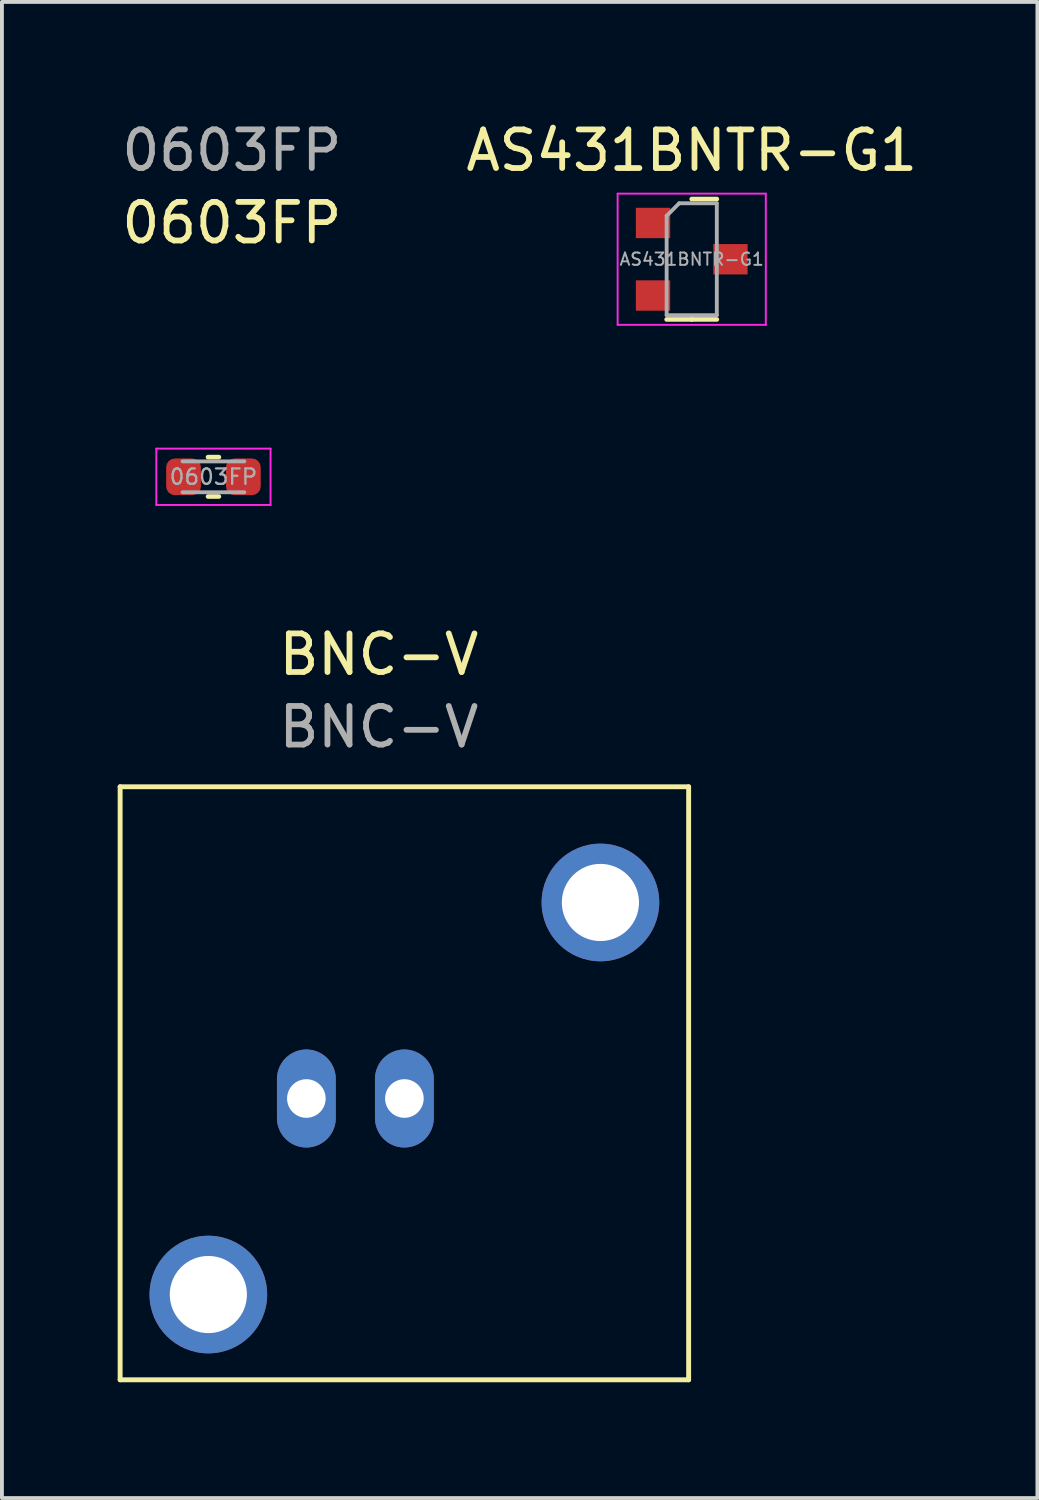
<source format=kicad_pcb>
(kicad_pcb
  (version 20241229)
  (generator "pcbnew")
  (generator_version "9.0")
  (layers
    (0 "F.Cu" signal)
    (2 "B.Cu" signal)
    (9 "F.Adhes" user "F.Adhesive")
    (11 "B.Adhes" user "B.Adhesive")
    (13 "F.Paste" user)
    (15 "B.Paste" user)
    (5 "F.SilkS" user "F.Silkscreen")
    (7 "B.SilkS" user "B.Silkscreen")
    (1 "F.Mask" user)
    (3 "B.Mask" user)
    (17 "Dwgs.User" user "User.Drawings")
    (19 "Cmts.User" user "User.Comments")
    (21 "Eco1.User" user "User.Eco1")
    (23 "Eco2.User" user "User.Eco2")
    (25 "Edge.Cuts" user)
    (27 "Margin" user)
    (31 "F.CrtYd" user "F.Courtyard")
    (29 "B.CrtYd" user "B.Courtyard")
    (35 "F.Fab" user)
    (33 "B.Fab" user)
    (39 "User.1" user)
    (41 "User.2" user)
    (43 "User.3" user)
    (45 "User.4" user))
  (footprint "AS431BNTR-G1"
    (layer "F.Cu")
    (at 14.875 3.668)
    (property "Reference" "AS431BNTR-G1" (at 0 -2.819 0) (layer "F.SilkS") (effects (font (size 1 1) (thickness 0.15))))
    (attr smd)
    (fp_line (start 0 -1.56) (end 0.65 -1.56) (stroke (width 0.12) (type solid)) (layer "F.SilkS"))
    (fp_line (start 0 1.56) (end -0.65 1.56) (stroke (width 0.12) (type solid)) (layer "F.SilkS"))
    (fp_line (start 0 1.56) (end 0.65 1.56) (stroke (width 0.12) (type solid)) (layer "F.SilkS"))
    (fp_line (start -1.92 -1.7) (end -1.92 1.7) (stroke (width 0.05) (type solid)) (layer "F.CrtYd"))
    (fp_line (start -1.92 1.7) (end 1.92 1.7) (stroke (width 0.05) (type solid)) (layer "F.CrtYd"))
    (fp_line (start 1.92 -1.7) (end -1.92 -1.7) (stroke (width 0.05) (type solid)) (layer "F.CrtYd"))
    (fp_line (start 1.92 1.7) (end 1.92 -1.7) (stroke (width 0.05) (type solid)) (layer "F.CrtYd"))
    (fp_line (start -0.65 -1.125) (end -0.325 -1.45) (stroke (width 0.1) (type solid)) (layer "F.Fab"))
    (fp_line (start -0.65 1.45) (end -0.65 -1.125) (stroke (width 0.1) (type solid)) (layer "F.Fab"))
    (fp_line (start -0.325 -1.45) (end 0.65 -1.45) (stroke (width 0.1) (type solid)) (layer "F.Fab"))
    (fp_line (start 0.65 -1.45) (end 0.65 1.45) (stroke (width 0.1) (type solid)) (layer "F.Fab"))
    (fp_line (start 0.65 1.45) (end -0.65 1.45) (stroke (width 0.1) (type solid)) (layer "F.Fab"))
    (fp_text user "${REFERENCE}" (at 0 0 0) (layer "F.Fab") (effects (font (size 0.32 0.32) (thickness 0.05))))
    (pad "1" smd rect (at -1.003 -0.94) (size 0.889 0.787) (layers "*.Paste" "F.Cu" "F.Mask"))
    (pad "2" smd rect (at -1.003 0.94) (size 0.889 0.787) (layers "F.Cu" "F.Mask" "F.Paste"))
    (pad "3" smd rect (at 1.003 0) (size 0.889 0.787) (layers "F.Cu" "F.Mask" "F.Paste")))
  (footprint "0603FP"
    (layer "F.Cu")
    (at 2.958 9.306)
    (property "Reference" "0603FP" (at 0 -6.579 0) (unlocked yes) (layer "F.SilkS") (effects (font (size 1 1) (thickness 0.15))))
    (attr smd)
    (fp_line (start -0.617 -0.51) (end -0.336 -0.51) (stroke (width 0.12) (type solid)) (layer "F.SilkS"))
    (fp_line (start -0.617 0.51) (end -0.336 0.51) (stroke (width 0.12) (type solid)) (layer "F.SilkS"))
    (fp_line (start -1.957 -0.73) (end 1.003 -0.73) (stroke (width 0.05) (type solid)) (layer "F.CrtYd"))
    (fp_line (start -1.957 0.73) (end -1.957 -0.73) (stroke (width 0.05) (type solid)) (layer "F.CrtYd"))
    (fp_line (start 1.003 -0.73) (end 1.003 0.73) (stroke (width 0.05) (type solid)) (layer "F.CrtYd"))
    (fp_line (start 1.003 0.73) (end -1.957 0.73) (stroke (width 0.05) (type solid)) (layer "F.CrtYd"))
    (fp_line (start -1.277 -0.4) (end 0.323 -0.4) (stroke (width 0.1) (type solid)) (layer "F.Fab"))
    (fp_line (start 0.323 0.4) (end -1.277 0.4) (stroke (width 0.1) (type solid)) (layer "F.Fab"))
    (fp_text user "${REFERENCE}" (at -0.477 0 0) (layer "F.Fab") (effects (font (size 0.4 0.4) (thickness 0.06))))
    (fp_text user "${REFERENCE}" (at 0 -8.458 0) (unlocked yes) (layer "F.Fab") (effects (font (size 1 1) (thickness 0.15))))
    (pad "P$1" smd roundrect (at -1.252 0) (size 0.9 0.95) (layers "F.Cu" "F.Mask" "F.Paste") (roundrect_rratio 0.25))
    (pad "P$2" smd roundrect (at 0.298 0) (size 0.9 0.95) (layers "F.Cu" "F.Mask" "F.Paste") (roundrect_rratio 0.25)))
  (footprint "BNC-V"
    (layer "F.Cu")
    (at 6.769 25.187)
    (property "Reference" "BNC-V" (at 0 -11.278 0) (unlocked yes) (layer "F.SilkS") (effects (font (size 1 1) (thickness 0.15))))
    (attr smd)
    (fp_line (start -6.706 -7.849) (end 8.026 -7.849) (stroke (width 0.127) (type solid)) (layer "F.SilkS"))
    (fp_line (start -6.706 7.518) (end -6.706 -7.849) (stroke (width 0.127) (type solid)) (layer "F.SilkS"))
    (fp_line (start 8.026 -7.849) (end 8.026 7.518) (stroke (width 0.127) (type solid)) (layer "F.SilkS"))
    (fp_line (start 8.026 7.518) (end -6.706 7.518) (stroke (width 0.127) (type solid)) (layer "F.SilkS"))
    (fp_text user "${REFERENCE}" (at 0 -9.398 0) (unlocked yes) (layer "F.Fab") (effects (font (size 1 1) (thickness 0.15))))
    (pad "1" thru_hole oval (at 0.66 0.229) (size 1.524 2.54) (drill 1) (layers "*.Cu" "*.Mask"))
    (pad "2" thru_hole oval (at -1.88 0.229) (size 1.524 2.54) (drill 1) (layers "*.Cu" "*.Mask"))
    (pad "ANCHOR1" thru_hole circle (at -4.42 5.309) (size 3.048 3.048) (drill 2) (layers "*.Cu" "*.Mask"))
    (pad "ANCHOR2" thru_hole circle (at 5.74 -4.851) (size 3.048 3.048) (drill 2) (layers "*.Cu" "*.Mask")))
  (gr_rect
    (start -3 -3)
    (end 23.833 35.769)
    (stroke (width 0.1) (type default))
    (fill no)
    (layer "Edge.Cuts")))
</source>
